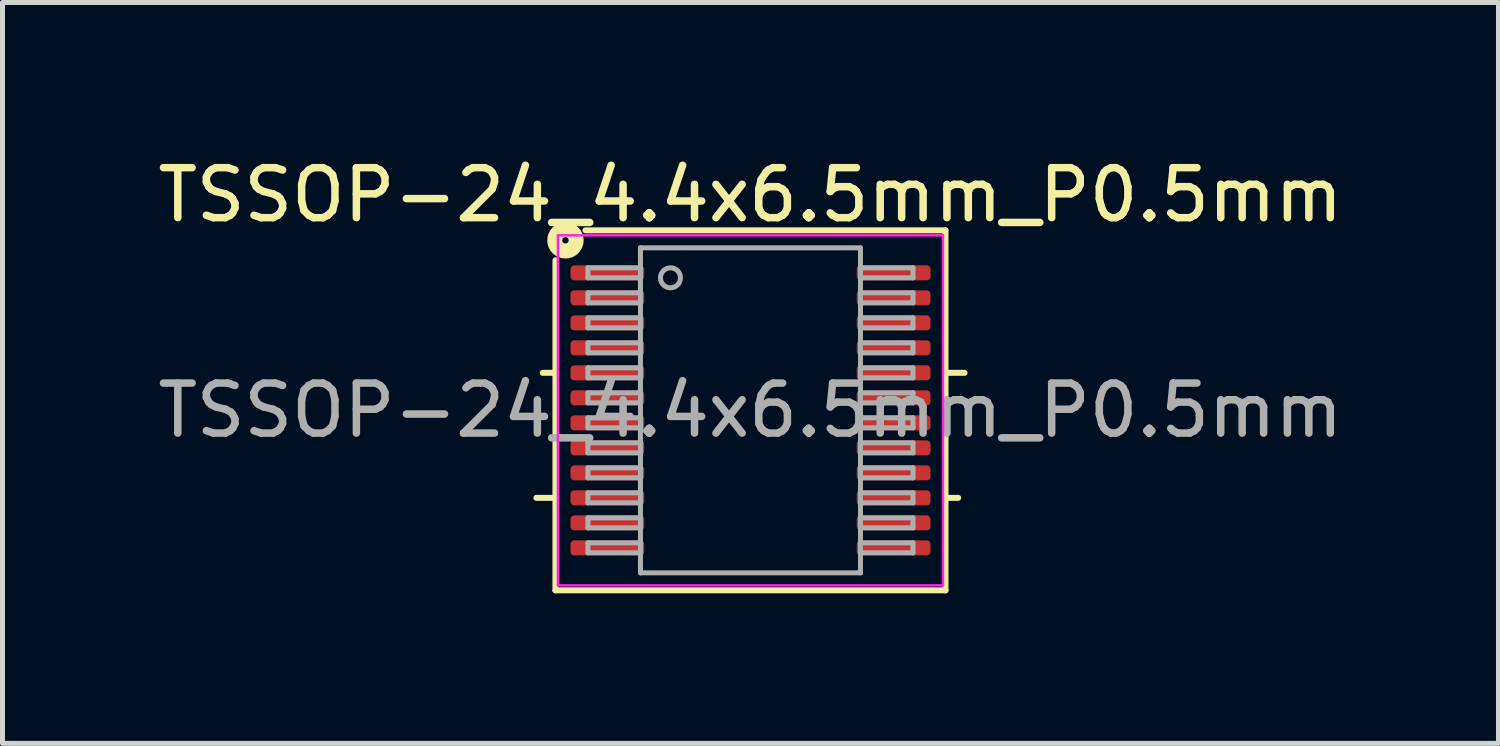
<source format=kicad_pcb>
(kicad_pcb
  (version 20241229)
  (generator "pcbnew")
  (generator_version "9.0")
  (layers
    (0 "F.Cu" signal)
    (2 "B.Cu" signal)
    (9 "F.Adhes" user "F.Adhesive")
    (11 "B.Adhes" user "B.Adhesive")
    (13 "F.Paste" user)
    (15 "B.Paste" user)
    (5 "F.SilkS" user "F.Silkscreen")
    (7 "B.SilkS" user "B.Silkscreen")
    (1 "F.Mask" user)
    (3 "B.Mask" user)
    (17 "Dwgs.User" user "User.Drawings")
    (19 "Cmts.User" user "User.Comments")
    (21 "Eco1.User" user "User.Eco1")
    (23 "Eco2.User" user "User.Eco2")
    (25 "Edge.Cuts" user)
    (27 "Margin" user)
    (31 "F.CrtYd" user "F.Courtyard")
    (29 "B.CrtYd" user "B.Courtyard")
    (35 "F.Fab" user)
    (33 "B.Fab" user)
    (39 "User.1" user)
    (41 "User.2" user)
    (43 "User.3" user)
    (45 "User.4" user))
  (footprint "TSSOP-24_4.4x6.5mm_P0.5mm"
    (layer "F.Cu")
    (at 11.958 5.156)
    (property "Reference" "TSSOP-24_4.4x6.5mm_P0.5mm" (at 0 -4.308 0) (layer "F.SilkS") (effects (font (size 1 1) (thickness 0.15))))
    (attr smd)
    (fp_line (start -4.281 1.75) (end -3.9 1.75) (stroke (width 0.12) (type solid)) (layer "F.SilkS"))
    (fp_line (start -3.9 -3) (end -3.9 3.6) (stroke (width 0.12) (type solid)) (layer "F.SilkS"))
    (fp_line (start -3.9 -0.75) (end -4.154 -0.75) (stroke (width 0.12) (type solid)) (layer "F.SilkS"))
    (fp_line (start -3.9 3.6) (end 3.9 3.6) (stroke (width 0.12) (type solid)) (layer "F.SilkS"))
    (fp_line (start 3.9 -3.6) (end -3.3 -3.6) (stroke (width 0.12) (type solid)) (layer "F.SilkS"))
    (fp_line (start 3.9 -0.75) (end 4.281 -0.75) (stroke (width 0.12) (type solid)) (layer "F.SilkS"))
    (fp_line (start 3.9 1.75) (end 4.154 1.75) (stroke (width 0.12) (type solid)) (layer "F.SilkS"))
    (fp_line (start 3.9 3.6) (end 3.9 -3.6) (stroke (width 0.12) (type solid)) (layer "F.SilkS"))
    (fp_circle (center -3.7 -3.4) (end -3.636 -3.4) (stroke (width 0.3) (type solid)) (fill no) (layer "F.SilkS"))
    (fp_line (start -3.85 -3.5) (end -3.85 3.5) (stroke (width 0.05) (type solid)) (layer "F.CrtYd"))
    (fp_line (start -3.85 3.5) (end 3.85 3.5) (stroke (width 0.05) (type solid)) (layer "F.CrtYd"))
    (fp_line (start 3.85 -3.5) (end -3.85 -3.5) (stroke (width 0.05) (type solid)) (layer "F.CrtYd"))
    (fp_line (start 3.85 3.5) (end 3.85 -3.5) (stroke (width 0.05) (type solid)) (layer "F.CrtYd"))
    (fp_line (start -3.25 -2.85) (end -3.25 -2.65) (stroke (width 0.1) (type solid)) (layer "F.Fab"))
    (fp_line (start -3.25 -2.85) (end -2.2 -2.85) (stroke (width 0.1) (type solid)) (layer "F.Fab"))
    (fp_line (start -3.25 -2.65) (end -2.2 -2.65) (stroke (width 0.1) (type solid)) (layer "F.Fab"))
    (fp_line (start -3.25 -2.35) (end -3.25 -2.15) (stroke (width 0.1) (type solid)) (layer "F.Fab"))
    (fp_line (start -3.25 -2.35) (end -2.2 -2.35) (stroke (width 0.1) (type solid)) (layer "F.Fab"))
    (fp_line (start -3.25 -2.15) (end -2.2 -2.15) (stroke (width 0.1) (type solid)) (layer "F.Fab"))
    (fp_line (start -3.25 -1.85) (end -3.25 -1.65) (stroke (width 0.1) (type solid)) (layer "F.Fab"))
    (fp_line (start -3.25 -1.85) (end -2.2 -1.85) (stroke (width 0.1) (type solid)) (layer "F.Fab"))
    (fp_line (start -3.25 -1.65) (end -2.2 -1.65) (stroke (width 0.1) (type solid)) (layer "F.Fab"))
    (fp_line (start -3.25 -1.35) (end -3.25 -1.15) (stroke (width 0.1) (type solid)) (layer "F.Fab"))
    (fp_line (start -3.25 -1.35) (end -2.2 -1.35) (stroke (width 0.1) (type solid)) (layer "F.Fab"))
    (fp_line (start -3.25 -1.15) (end -2.2 -1.15) (stroke (width 0.1) (type solid)) (layer "F.Fab"))
    (fp_line (start -3.25 -0.85) (end -3.25 -0.65) (stroke (width 0.1) (type solid)) (layer "F.Fab"))
    (fp_line (start -3.25 -0.85) (end -2.2 -0.85) (stroke (width 0.1) (type solid)) (layer "F.Fab"))
    (fp_line (start -3.25 -0.65) (end -2.2 -0.65) (stroke (width 0.1) (type solid)) (layer "F.Fab"))
    (fp_line (start -3.25 -0.35) (end -3.25 -0.15) (stroke (width 0.1) (type solid)) (layer "F.Fab"))
    (fp_line (start -3.25 -0.35) (end -2.2 -0.35) (stroke (width 0.1) (type solid)) (layer "F.Fab"))
    (fp_line (start -3.25 -0.15) (end -2.2 -0.15) (stroke (width 0.1) (type solid)) (layer "F.Fab"))
    (fp_line (start -3.25 0.15) (end -3.25 0.35) (stroke (width 0.1) (type solid)) (layer "F.Fab"))
    (fp_line (start -3.25 0.15) (end -2.2 0.15) (stroke (width 0.1) (type solid)) (layer "F.Fab"))
    (fp_line (start -3.25 0.35) (end -2.2 0.35) (stroke (width 0.1) (type solid)) (layer "F.Fab"))
    (fp_line (start -3.25 0.65) (end -3.25 0.85) (stroke (width 0.1) (type solid)) (layer "F.Fab"))
    (fp_line (start -3.25 0.65) (end -2.2 0.65) (stroke (width 0.1) (type solid)) (layer "F.Fab"))
    (fp_line (start -3.25 0.85) (end -2.2 0.85) (stroke (width 0.1) (type solid)) (layer "F.Fab"))
    (fp_line (start -3.25 1.15) (end -3.25 1.35) (stroke (width 0.1) (type solid)) (layer "F.Fab"))
    (fp_line (start -3.25 1.15) (end -2.2 1.15) (stroke (width 0.1) (type solid)) (layer "F.Fab"))
    (fp_line (start -3.25 1.35) (end -2.2 1.35) (stroke (width 0.1) (type solid)) (layer "F.Fab"))
    (fp_line (start -3.25 1.65) (end -3.25 1.85) (stroke (width 0.1) (type solid)) (layer "F.Fab"))
    (fp_line (start -3.25 1.65) (end -2.2 1.65) (stroke (width 0.1) (type solid)) (layer "F.Fab"))
    (fp_line (start -3.25 1.85) (end -2.2 1.85) (stroke (width 0.1) (type solid)) (layer "F.Fab"))
    (fp_line (start -3.25 2.15) (end -3.25 2.35) (stroke (width 0.1) (type solid)) (layer "F.Fab"))
    (fp_line (start -3.25 2.15) (end -2.2 2.15) (stroke (width 0.1) (type solid)) (layer "F.Fab"))
    (fp_line (start -3.25 2.35) (end -2.2 2.35) (stroke (width 0.1) (type solid)) (layer "F.Fab"))
    (fp_line (start -3.25 2.65) (end -3.25 2.85) (stroke (width 0.1) (type solid)) (layer "F.Fab"))
    (fp_line (start -3.25 2.65) (end -2.2 2.65) (stroke (width 0.1) (type solid)) (layer "F.Fab"))
    (fp_line (start -3.25 2.85) (end -2.2 2.85) (stroke (width 0.1) (type solid)) (layer "F.Fab"))
    (fp_line (start -2.2 -3.25) (end 2.2 -3.25) (stroke (width 0.1) (type solid)) (layer "F.Fab"))
    (fp_line (start -2.2 3.25) (end -2.2 -3.25) (stroke (width 0.1) (type solid)) (layer "F.Fab"))
    (fp_line (start 2.2 -3.25) (end 2.2 3.25) (stroke (width 0.1) (type solid)) (layer "F.Fab"))
    (fp_line (start 2.2 3.25) (end -2.2 3.25) (stroke (width 0.1) (type solid)) (layer "F.Fab"))
    (fp_line (start 3.25 -2.85) (end 2.2 -2.85) (stroke (width 0.1) (type solid)) (layer "F.Fab"))
    (fp_line (start 3.25 -2.65) (end 2.2 -2.65) (stroke (width 0.1) (type solid)) (layer "F.Fab"))
    (fp_line (start 3.25 -2.65) (end 3.25 -2.85) (stroke (width 0.1) (type solid)) (layer "F.Fab"))
    (fp_line (start 3.25 -2.35) (end 2.2 -2.35) (stroke (width 0.1) (type solid)) (layer "F.Fab"))
    (fp_line (start 3.25 -2.15) (end 2.2 -2.15) (stroke (width 0.1) (type solid)) (layer "F.Fab"))
    (fp_line (start 3.25 -2.15) (end 3.25 -2.35) (stroke (width 0.1) (type solid)) (layer "F.Fab"))
    (fp_line (start 3.25 -1.85) (end 2.2 -1.85) (stroke (width 0.1) (type solid)) (layer "F.Fab"))
    (fp_line (start 3.25 -1.65) (end 2.2 -1.65) (stroke (width 0.1) (type solid)) (layer "F.Fab"))
    (fp_line (start 3.25 -1.65) (end 3.25 -1.85) (stroke (width 0.1) (type solid)) (layer "F.Fab"))
    (fp_line (start 3.25 -1.35) (end 2.2 -1.35) (stroke (width 0.1) (type solid)) (layer "F.Fab"))
    (fp_line (start 3.25 -1.15) (end 2.2 -1.15) (stroke (width 0.1) (type solid)) (layer "F.Fab"))
    (fp_line (start 3.25 -1.15) (end 3.25 -1.35) (stroke (width 0.1) (type solid)) (layer "F.Fab"))
    (fp_line (start 3.25 -0.85) (end 2.2 -0.85) (stroke (width 0.1) (type solid)) (layer "F.Fab"))
    (fp_line (start 3.25 -0.65) (end 2.2 -0.65) (stroke (width 0.1) (type solid)) (layer "F.Fab"))
    (fp_line (start 3.25 -0.65) (end 3.25 -0.85) (stroke (width 0.1) (type solid)) (layer "F.Fab"))
    (fp_line (start 3.25 -0.35) (end 2.2 -0.35) (stroke (width 0.1) (type solid)) (layer "F.Fab"))
    (fp_line (start 3.25 -0.15) (end 2.2 -0.15) (stroke (width 0.1) (type solid)) (layer "F.Fab"))
    (fp_line (start 3.25 -0.15) (end 3.25 -0.35) (stroke (width 0.1) (type solid)) (layer "F.Fab"))
    (fp_line (start 3.25 0.15) (end 2.2 0.15) (stroke (width 0.1) (type solid)) (layer "F.Fab"))
    (fp_line (start 3.25 0.35) (end 2.2 0.35) (stroke (width 0.1) (type solid)) (layer "F.Fab"))
    (fp_line (start 3.25 0.35) (end 3.25 0.15) (stroke (width 0.1) (type solid)) (layer "F.Fab"))
    (fp_line (start 3.25 0.65) (end 2.2 0.65) (stroke (width 0.1) (type solid)) (layer "F.Fab"))
    (fp_line (start 3.25 0.85) (end 2.2 0.85) (stroke (width 0.1) (type solid)) (layer "F.Fab"))
    (fp_line (start 3.25 0.85) (end 3.25 0.65) (stroke (width 0.1) (type solid)) (layer "F.Fab"))
    (fp_line (start 3.25 1.15) (end 2.2 1.15) (stroke (width 0.1) (type solid)) (layer "F.Fab"))
    (fp_line (start 3.25 1.35) (end 2.2 1.35) (stroke (width 0.1) (type solid)) (layer "F.Fab"))
    (fp_line (start 3.25 1.35) (end 3.25 1.15) (stroke (width 0.1) (type solid)) (layer "F.Fab"))
    (fp_line (start 3.25 1.65) (end 2.2 1.65) (stroke (width 0.1) (type solid)) (layer "F.Fab"))
    (fp_line (start 3.25 1.85) (end 2.2 1.85) (stroke (width 0.1) (type solid)) (layer "F.Fab"))
    (fp_line (start 3.25 1.85) (end 3.25 1.65) (stroke (width 0.1) (type solid)) (layer "F.Fab"))
    (fp_line (start 3.25 2.15) (end 2.2 2.15) (stroke (width 0.1) (type solid)) (layer "F.Fab"))
    (fp_line (start 3.25 2.35) (end 2.2 2.35) (stroke (width 0.1) (type solid)) (layer "F.Fab"))
    (fp_line (start 3.25 2.35) (end 3.25 2.15) (stroke (width 0.1) (type solid)) (layer "F.Fab"))
    (fp_line (start 3.25 2.65) (end 2.2 2.65) (stroke (width 0.1) (type solid)) (layer "F.Fab"))
    (fp_line (start 3.25 2.85) (end 2.2 2.85) (stroke (width 0.1) (type solid)) (layer "F.Fab"))
    (fp_line (start 3.25 2.85) (end 3.25 2.65) (stroke (width 0.1) (type solid)) (layer "F.Fab"))
    (fp_circle (center -1.6 -2.65) (end -1.4 -2.65) (stroke (width 0.1) (type solid)) (fill no) (layer "F.Fab"))
    (fp_text user "${REFERENCE}" (at 0 0 0) (layer "F.Fab") (effects (font (size 1 1) (thickness 0.15))))
    (pad "1" smd roundrect (at -2.862 -2.75) (size 1.475 0.3) (layers "F.Cu" "F.Mask" "F.Paste") (roundrect_rratio 0.25))
    (pad "2" smd roundrect (at -2.862 -2.25) (size 1.475 0.3) (layers "F.Cu" "F.Mask" "F.Paste") (roundrect_rratio 0.25))
    (pad "3" smd roundrect (at -2.862 -1.75) (size 1.475 0.3) (layers "F.Cu" "F.Mask" "F.Paste") (roundrect_rratio 0.25))
    (pad "4" smd roundrect (at -2.862 -1.25) (size 1.475 0.3) (layers "F.Cu" "F.Mask" "F.Paste") (roundrect_rratio 0.25))
    (pad "5" smd roundrect (at -2.862 -0.75) (size 1.475 0.3) (layers "F.Cu" "F.Mask" "F.Paste") (roundrect_rratio 0.25))
    (pad "6" smd roundrect (at -2.862 -0.25) (size 1.475 0.3) (layers "F.Cu" "F.Mask" "F.Paste") (roundrect_rratio 0.25))
    (pad "7" smd roundrect (at -2.862 0.25) (size 1.475 0.3) (layers "F.Cu" "F.Mask" "F.Paste") (roundrect_rratio 0.25))
    (pad "8" smd roundrect (at -2.862 0.75) (size 1.475 0.3) (layers "F.Cu" "F.Mask" "F.Paste") (roundrect_rratio 0.25))
    (pad "9" smd roundrect (at -2.862 1.25) (size 1.475 0.3) (layers "F.Cu" "F.Mask" "F.Paste") (roundrect_rratio 0.25))
    (pad "10" smd roundrect (at -2.862 1.75) (size 1.475 0.3) (layers "F.Cu" "F.Mask" "F.Paste") (roundrect_rratio 0.25))
    (pad "11" smd roundrect (at -2.862 2.25) (size 1.475 0.3) (layers "F.Cu" "F.Mask" "F.Paste") (roundrect_rratio 0.25))
    (pad "12" smd roundrect (at -2.862 2.75) (size 1.475 0.3) (layers "F.Cu" "F.Mask" "F.Paste") (roundrect_rratio 0.25))
    (pad "13" smd roundrect (at 2.862 2.75) (size 1.475 0.3) (layers "F.Cu" "F.Mask" "F.Paste") (roundrect_rratio 0.25))
    (pad "14" smd roundrect (at 2.862 2.25) (size 1.475 0.3) (layers "F.Cu" "F.Mask" "F.Paste") (roundrect_rratio 0.25))
    (pad "15" smd roundrect (at 2.862 1.75) (size 1.475 0.3) (layers "F.Cu" "F.Mask" "F.Paste") (roundrect_rratio 0.25))
    (pad "16" smd roundrect (at 2.862 1.25) (size 1.475 0.3) (layers "F.Cu" "F.Mask" "F.Paste") (roundrect_rratio 0.25))
    (pad "17" smd roundrect (at 2.862 0.75) (size 1.475 0.3) (layers "F.Cu" "F.Mask" "F.Paste") (roundrect_rratio 0.25))
    (pad "18" smd roundrect (at 2.862 0.25) (size 1.475 0.3) (layers "F.Cu" "F.Mask" "F.Paste") (roundrect_rratio 0.25))
    (pad "19" smd roundrect (at 2.862 -0.25) (size 1.475 0.3) (layers "F.Cu" "F.Mask" "F.Paste") (roundrect_rratio 0.25))
    (pad "20" smd roundrect (at 2.862 -0.75) (size 1.475 0.3) (layers "F.Cu" "F.Mask" "F.Paste") (roundrect_rratio 0.25))
    (pad "21" smd roundrect (at 2.862 -1.25) (size 1.475 0.3) (layers "F.Cu" "F.Mask" "F.Paste") (roundrect_rratio 0.25))
    (pad "22" smd roundrect (at 2.862 -1.75) (size 1.475 0.3) (layers "F.Cu" "F.Mask" "F.Paste") (roundrect_rratio 0.25))
    (pad "23" smd roundrect (at 2.862 -2.25) (size 1.475 0.3) (layers "F.Cu" "F.Mask" "F.Paste") (roundrect_rratio 0.25))
    (pad "24" smd roundrect (at 2.862 -2.75) (size 1.475 0.3) (layers "F.Cu" "F.Mask" "F.Paste") (roundrect_rratio 0.25)))
  (gr_rect
    (start -3 -3)
    (end 26.917 11.816)
    (stroke (width 0.1) (type default))
    (fill no)
    (layer "Edge.Cuts")))
</source>
